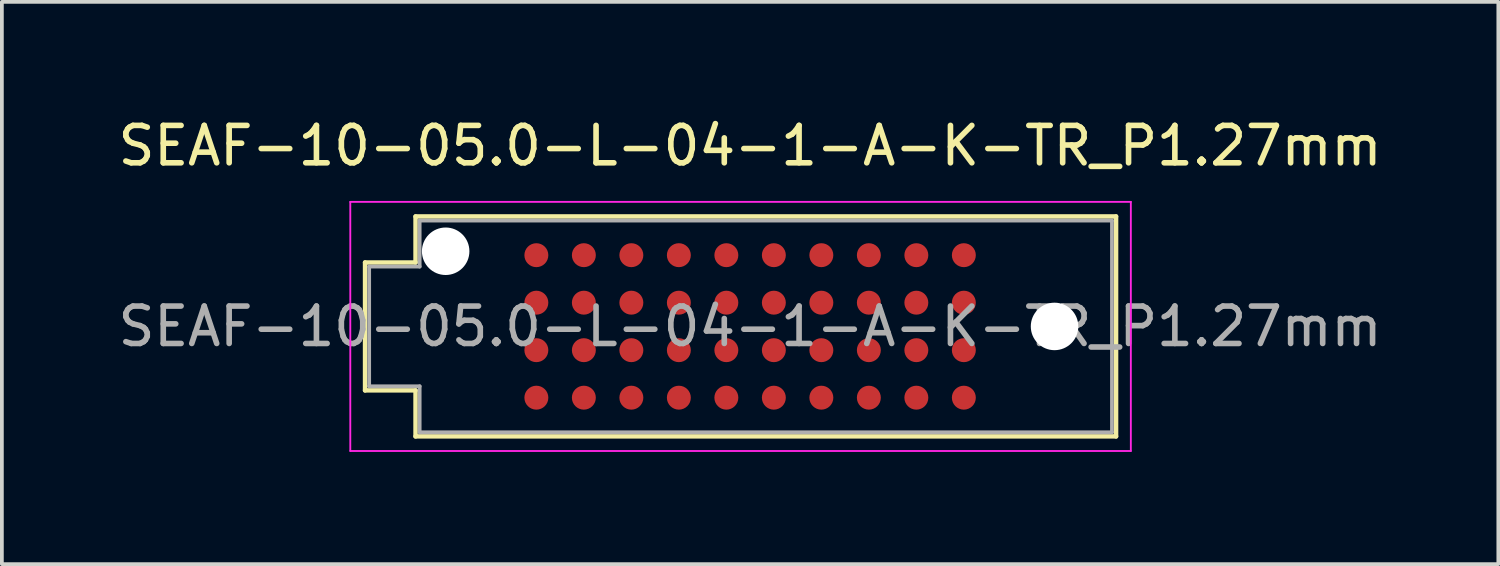
<source format=kicad_pcb>
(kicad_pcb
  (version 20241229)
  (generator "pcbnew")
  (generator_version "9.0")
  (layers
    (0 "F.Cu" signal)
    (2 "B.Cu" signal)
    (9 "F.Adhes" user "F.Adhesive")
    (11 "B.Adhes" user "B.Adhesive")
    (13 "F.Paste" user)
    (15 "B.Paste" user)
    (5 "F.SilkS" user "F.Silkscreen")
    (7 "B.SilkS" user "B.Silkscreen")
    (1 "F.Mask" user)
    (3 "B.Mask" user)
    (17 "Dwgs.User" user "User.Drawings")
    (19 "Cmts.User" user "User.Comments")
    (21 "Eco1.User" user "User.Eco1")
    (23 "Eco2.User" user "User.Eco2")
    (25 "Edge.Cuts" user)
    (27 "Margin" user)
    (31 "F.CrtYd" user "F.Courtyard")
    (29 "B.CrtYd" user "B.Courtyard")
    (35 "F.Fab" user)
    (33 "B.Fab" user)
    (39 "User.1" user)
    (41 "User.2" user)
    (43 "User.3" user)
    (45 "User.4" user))
  (footprint "SEAF-10-05.0-L-04-1-A-K-TR_P1.27mm"
    (layer "F.Cu")
    (at 17.006 5.678)
    (property "Reference" "SEAF-10-05.0-L-04-1-A-K-TR_P1.27mm" (at 0 -4.83 0) (layer "F.SilkS") (effects (font (size 1 1) (thickness 0.15))))
    (attr smd)
    (fp_line (start -10.295 -1.71) (end -8.945 -1.71) (stroke (width 0.12) (type solid)) (layer "F.SilkS"))
    (fp_line (start -10.295 1.71) (end -10.295 -1.71) (stroke (width 0.12) (type solid)) (layer "F.SilkS"))
    (fp_line (start -8.945 -2.94) (end 9.785 -2.94) (stroke (width 0.12) (type solid)) (layer "F.SilkS"))
    (fp_line (start -8.945 -1.71) (end -8.945 -2.94) (stroke (width 0.12) (type solid)) (layer "F.SilkS"))
    (fp_line (start -8.945 1.71) (end -10.295 1.71) (stroke (width 0.12) (type solid)) (layer "F.SilkS"))
    (fp_line (start -8.945 2.94) (end -8.945 1.71) (stroke (width 0.12) (type solid)) (layer "F.SilkS"))
    (fp_line (start 9.785 -2.94) (end 9.785 2.94) (stroke (width 0.12) (type solid)) (layer "F.SilkS"))
    (fp_line (start 9.785 2.94) (end -8.945 2.94) (stroke (width 0.12) (type solid)) (layer "F.SilkS"))
    (fp_line (start -10.69 -3.33) (end -10.69 3.33) (stroke (width 0.05) (type solid)) (layer "F.CrtYd"))
    (fp_line (start -10.69 3.33) (end 10.18 3.33) (stroke (width 0.05) (type solid)) (layer "F.CrtYd"))
    (fp_line (start 10.18 -3.33) (end -10.69 -3.33) (stroke (width 0.05) (type solid)) (layer "F.CrtYd"))
    (fp_line (start 10.18 3.33) (end 10.18 -3.33) (stroke (width 0.05) (type solid)) (layer "F.CrtYd"))
    (fp_line (start -10.185 -1.6) (end -8.835 -1.6) (stroke (width 0.1) (type solid)) (layer "F.Fab"))
    (fp_line (start -10.185 1.6) (end -10.185 -1.6) (stroke (width 0.1) (type solid)) (layer "F.Fab"))
    (fp_line (start -8.835 -2.83) (end 9.675 -2.83) (stroke (width 0.1) (type solid)) (layer "F.Fab"))
    (fp_line (start -8.835 -1.6) (end -8.835 -2.83) (stroke (width 0.1) (type solid)) (layer "F.Fab"))
    (fp_line (start -8.835 1.6) (end -10.185 1.6) (stroke (width 0.1) (type solid)) (layer "F.Fab"))
    (fp_line (start -8.835 2.83) (end -8.835 1.6) (stroke (width 0.1) (type solid)) (layer "F.Fab"))
    (fp_line (start 9.675 -2.83) (end 9.675 2.83) (stroke (width 0.1) (type solid)) (layer "F.Fab"))
    (fp_line (start 9.675 2.83) (end -8.835 2.83) (stroke (width 0.1) (type solid)) (layer "F.Fab"))
    (fp_text user "${REFERENCE}" (at 0 0 0) (layer "F.Fab") (effects (font (size 1 1) (thickness 0.15))))
    (pad "" np_thru_hole circle (at -8.14 -2.01) (size 1.27 1.27) (drill 1.27) (layers "*.Cu" "*.Mask"))
    (pad "" np_thru_hole circle (at 8.14 0) (size 1.27 1.27) (drill 1.27) (layers "*.Cu" "*.Mask"))
    (pad "A1" smd circle (at -5.715 -1.905) (size 0.64 0.64) (layers "F.Cu" "F.Mask" "F.Paste"))
    (pad "A2" smd circle (at -4.445 -1.905) (size 0.64 0.64) (layers "F.Cu" "F.Mask" "F.Paste"))
    (pad "A3" smd circle (at -3.175 -1.905) (size 0.64 0.64) (layers "F.Cu" "F.Mask" "F.Paste"))
    (pad "A4" smd circle (at -1.905 -1.905) (size 0.64 0.64) (layers "F.Cu" "F.Mask" "F.Paste"))
    (pad "A5" smd circle (at -0.635 -1.905) (size 0.64 0.64) (layers "F.Cu" "F.Mask" "F.Paste"))
    (pad "A6" smd circle (at 0.635 -1.905) (size 0.64 0.64) (layers "F.Cu" "F.Mask" "F.Paste"))
    (pad "A7" smd circle (at 1.905 -1.905) (size 0.64 0.64) (layers "F.Cu" "F.Mask" "F.Paste"))
    (pad "A8" smd circle (at 3.175 -1.905) (size 0.64 0.64) (layers "F.Cu" "F.Mask" "F.Paste"))
    (pad "A9" smd circle (at 4.445 -1.905) (size 0.64 0.64) (layers "F.Cu" "F.Mask" "F.Paste"))
    (pad "A10" smd circle (at 5.715 -1.905) (size 0.64 0.64) (layers "F.Cu" "F.Mask" "F.Paste"))
    (pad "B1" smd circle (at -5.715 -0.635) (size 0.64 0.64) (layers "F.Cu" "F.Mask" "F.Paste"))
    (pad "B2" smd circle (at -4.445 -0.635) (size 0.64 0.64) (layers "F.Cu" "F.Mask" "F.Paste"))
    (pad "B3" smd circle (at -3.175 -0.635) (size 0.64 0.64) (layers "F.Cu" "F.Mask" "F.Paste"))
    (pad "B4" smd circle (at -1.905 -0.635) (size 0.64 0.64) (layers "F.Cu" "F.Mask" "F.Paste"))
    (pad "B5" smd circle (at -0.635 -0.635) (size 0.64 0.64) (layers "F.Cu" "F.Mask" "F.Paste"))
    (pad "B6" smd circle (at 0.635 -0.635) (size 0.64 0.64) (layers "F.Cu" "F.Mask" "F.Paste"))
    (pad "B7" smd circle (at 1.905 -0.635) (size 0.64 0.64) (layers "F.Cu" "F.Mask" "F.Paste"))
    (pad "B8" smd circle (at 3.175 -0.635) (size 0.64 0.64) (layers "F.Cu" "F.Mask" "F.Paste"))
    (pad "B9" smd circle (at 4.445 -0.635) (size 0.64 0.64) (layers "F.Cu" "F.Mask" "F.Paste"))
    (pad "B10" smd circle (at 5.715 -0.635) (size 0.64 0.64) (layers "F.Cu" "F.Mask" "F.Paste"))
    (pad "C1" smd circle (at -5.715 0.635) (size 0.64 0.64) (layers "F.Cu" "F.Mask" "F.Paste"))
    (pad "C2" smd circle (at -4.445 0.635) (size 0.64 0.64) (layers "F.Cu" "F.Mask" "F.Paste"))
    (pad "C3" smd circle (at -3.175 0.635) (size 0.64 0.64) (layers "F.Cu" "F.Mask" "F.Paste"))
    (pad "C4" smd circle (at -1.905 0.635) (size 0.64 0.64) (layers "F.Cu" "F.Mask" "F.Paste"))
    (pad "C5" smd circle (at -0.635 0.635) (size 0.64 0.64) (layers "F.Cu" "F.Mask" "F.Paste"))
    (pad "C6" smd circle (at 0.635 0.635) (size 0.64 0.64) (layers "F.Cu" "F.Mask" "F.Paste"))
    (pad "C7" smd circle (at 1.905 0.635) (size 0.64 0.64) (layers "F.Cu" "F.Mask" "F.Paste"))
    (pad "C8" smd circle (at 3.175 0.635) (size 0.64 0.64) (layers "F.Cu" "F.Mask" "F.Paste"))
    (pad "C9" smd circle (at 4.445 0.635) (size 0.64 0.64) (layers "F.Cu" "F.Mask" "F.Paste"))
    (pad "C10" smd circle (at 5.715 0.635) (size 0.64 0.64) (layers "F.Cu" "F.Mask" "F.Paste"))
    (pad "D1" smd circle (at -5.715 1.905) (size 0.64 0.64) (layers "F.Cu" "F.Mask" "F.Paste"))
    (pad "D2" smd circle (at -4.445 1.905) (size 0.64 0.64) (layers "F.Cu" "F.Mask" "F.Paste"))
    (pad "D3" smd circle (at -3.175 1.905) (size 0.64 0.64) (layers "F.Cu" "F.Mask" "F.Paste"))
    (pad "D4" smd circle (at -1.905 1.905) (size 0.64 0.64) (layers "F.Cu" "F.Mask" "F.Paste"))
    (pad "D5" smd circle (at -0.635 1.905) (size 0.64 0.64) (layers "F.Cu" "F.Mask" "F.Paste"))
    (pad "D6" smd circle (at 0.635 1.905) (size 0.64 0.64) (layers "F.Cu" "F.Mask" "F.Paste"))
    (pad "D7" smd circle (at 1.905 1.905) (size 0.64 0.64) (layers "F.Cu" "F.Mask" "F.Paste"))
    (pad "D8" smd circle (at 3.175 1.905) (size 0.64 0.64) (layers "F.Cu" "F.Mask" "F.Paste"))
    (pad "D9" smd circle (at 4.445 1.905) (size 0.64 0.64) (layers "F.Cu" "F.Mask" "F.Paste"))
    (pad "D10" smd circle (at 5.715 1.905) (size 0.64 0.64) (layers "F.Cu" "F.Mask" "F.Paste")))
  (gr_rect
    (start -3 -3)
    (end 37.012 12.033)
    (stroke (width 0.1) (type default))
    (fill no)
    (layer "Edge.Cuts")))
</source>
